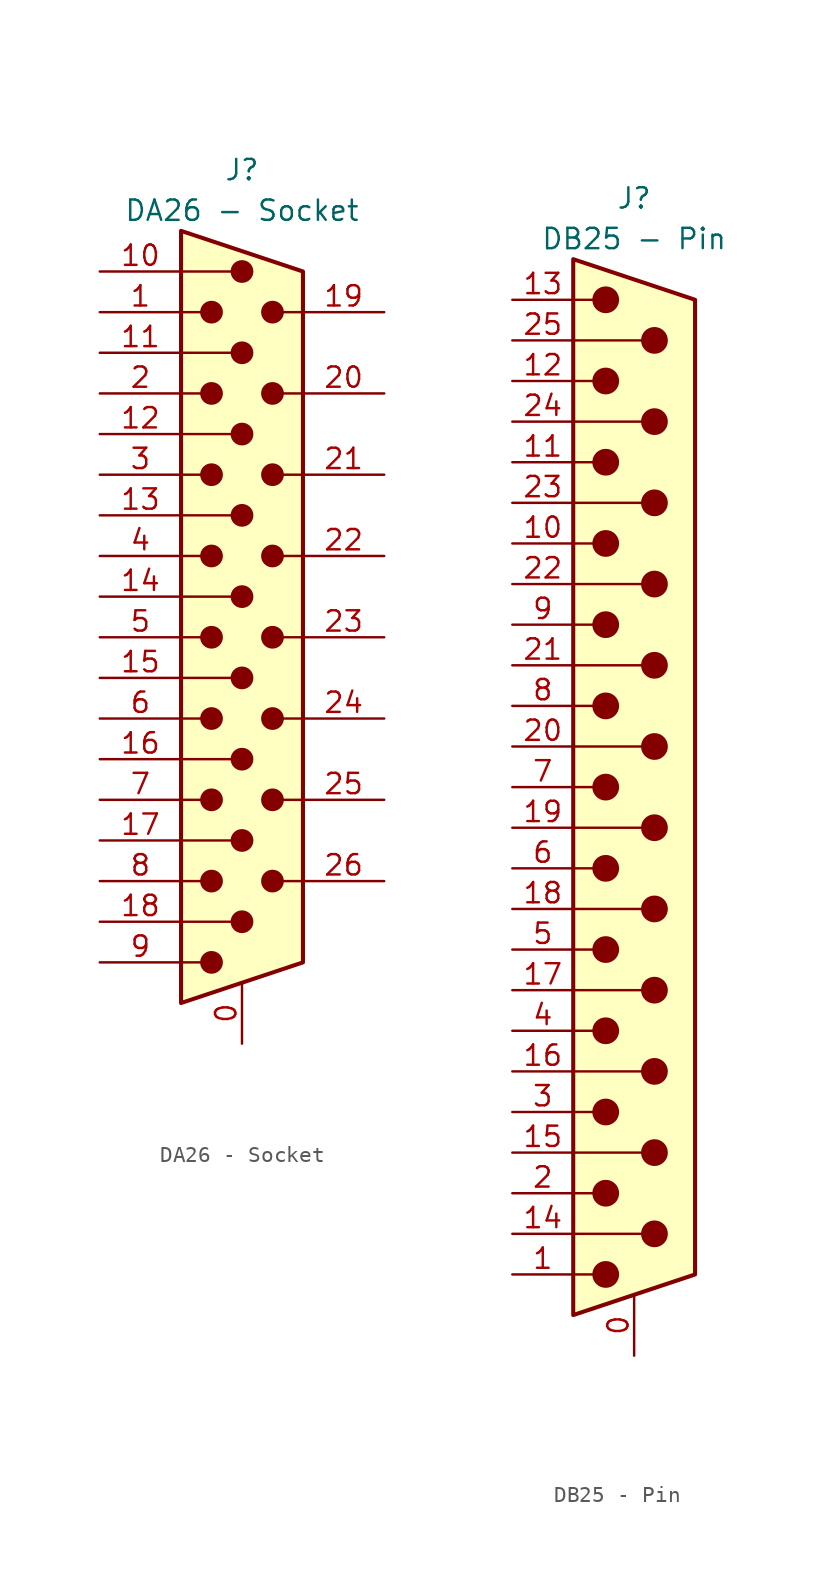
<source format=kicad_sym>
(kicad_symbol_lib
  (version 20211014)
  (generator kicad_symbol_editor)
  (symbol "DA26 - Socket"
    (pin_names
      (offset 1.016) hide)
    (property "Reference" "J"
      (at 0 26.67 0)
      (effects (font (size 1.27 1.27))))
    (property "Value" "DA26 - Socket"
      (at 0 24.13 0)
      (effects (font (size 1.27 1.27))))
    (symbol "DA26 - Socket_0_1"
      (circle (center -1.905 -22.86) (radius 0.635) (stroke (width 0) (type default) (color 0 0 0 0)) (fill (type outline)))
      (circle (center -1.905 -17.78) (radius 0.635) (stroke (width 0) (type default) (color 0 0 0 0)) (fill (type outline)))
      (circle (center -1.905 -12.7) (radius 0.635) (stroke (width 0) (type default) (color 0 0 0 0)) (fill (type outline)))
      (circle (center -1.905 -7.62) (radius 0.635) (stroke (width 0) (type default) (color 0 0 0 0)) (fill (type outline)))
      (circle (center -1.905 -2.54) (radius 0.635) (stroke (width 0) (type default) (color 0 0 0 0)) (fill (type outline)))
      (circle (center -1.905 2.54) (radius 0.635) (stroke (width 0) (type default) (color 0 0 0 0)) (fill (type outline)))
      (circle (center -1.905 7.62) (radius 0.635) (stroke (width 0) (type default) (color 0 0 0 0)) (fill (type outline)))
      (circle (center -1.905 12.7) (radius 0.635) (stroke (width 0) (type default) (color 0 0 0 0)) (fill (type outline)))
      (circle (center -1.905 17.78) (radius 0.635) (stroke (width 0) (type default) (color 0 0 0 0)) (fill (type outline)))
      (circle (center 0 -20.32) (radius 0.635) (stroke (width 0) (type default) (color 0 0 0 0)) (fill (type outline)))
      (circle (center 0 -15.24) (radius 0.635) (stroke (width 0) (type default) (color 0 0 0 0)) (fill (type outline)))
      (circle (center 0 -10.16) (radius 0.635) (stroke (width 0) (type default) (color 0 0 0 0)) (fill (type outline)))
      (circle (center 0 -5.08) (radius 0.635) (stroke (width 0) (type default) (color 0 0 0 0)) (fill (type outline)))
      (polyline (pts (xy -2.54 -22.86) (xy -3.81 -22.86)) (stroke (width 0) (type default) (color 0 0 0 0)) (fill (type none)))
      (polyline (pts (xy -2.54 -17.78) (xy -3.81 -17.78)) (stroke (width 0) (type default) (color 0 0 0 0)) (fill (type none)))
      (polyline (pts (xy -2.54 -12.7) (xy -3.81 -12.7)) (stroke (width 0) (type default) (color 0 0 0 0)) (fill (type none)))
      (polyline (pts (xy -2.54 -7.62) (xy -3.81 -7.62)) (stroke (width 0) (type default) (color 0 0 0 0)) (fill (type none)))
      (polyline (pts (xy -2.54 -2.54) (xy -3.81 -2.54)) (stroke (width 0) (type default) (color 0 0 0 0)) (fill (type none)))
      (polyline (pts (xy -2.54 2.54) (xy -3.81 2.54)) (stroke (width 0) (type default) (color 0 0 0 0)) (fill (type none)))
      (polyline (pts (xy -2.54 7.62) (xy -3.81 7.62)) (stroke (width 0) (type default) (color 0 0 0 0)) (fill (type none)))
      (polyline (pts (xy -2.54 12.7) (xy -3.81 12.7)) (stroke (width 0) (type default) (color 0 0 0 0)) (fill (type none)))
      (polyline (pts (xy -2.54 17.78) (xy -3.81 17.78)) (stroke (width 0) (type default) (color 0 0 0 0)) (fill (type none)))
      (polyline (pts (xy 0 -20.32) (xy -3.81 -20.32)) (stroke (width 0) (type default) (color 0 0 0 0)) (fill (type none)))
      (polyline (pts (xy 0 -15.24) (xy -3.81 -15.24)) (stroke (width 0) (type default) (color 0 0 0 0)) (fill (type none)))
      (polyline (pts (xy 0 -10.16) (xy -3.81 -10.16)) (stroke (width 0) (type default) (color 0 0 0 0)) (fill (type none)))
      (polyline (pts (xy 0 -5.08) (xy -3.81 -5.08)) (stroke (width 0) (type default) (color 0 0 0 0)) (fill (type none)))
      (polyline (pts (xy 0 0) (xy -3.81 0)) (stroke (width 0) (type default) (color 0 0 0 0)) (fill (type none)))
      (polyline (pts (xy 0 5.08) (xy -3.81 5.08)) (stroke (width 0) (type default) (color 0 0 0 0)) (fill (type none)))
      (polyline (pts (xy 0 10.16) (xy -3.81 10.16)) (stroke (width 0) (type default) (color 0 0 0 0)) (fill (type none)))
      (polyline (pts (xy 0 15.24) (xy -3.81 15.24)) (stroke (width 0) (type default) (color 0 0 0 0)) (fill (type none)))
      (polyline (pts (xy 0 20.32) (xy -3.81 20.32)) (stroke (width 0) (type default) (color 0 0 0 0)) (fill (type none)))
      (polyline (pts (xy 3.81 -17.78) (xy 2.54 -17.78)) (stroke (width 0) (type default) (color 0 0 0 0)) (fill (type none)))
      (polyline (pts (xy 3.81 -12.7) (xy 2.54 -12.7)) (stroke (width 0) (type default) (color 0 0 0 0)) (fill (type none)))
      (polyline (pts (xy 3.81 -7.62) (xy 2.54 -7.62)) (stroke (width 0) (type default) (color 0 0 0 0)) (fill (type none)))
      (polyline (pts (xy 3.81 -2.54) (xy 2.54 -2.54)) (stroke (width 0) (type default) (color 0 0 0 0)) (fill (type none)))
      (polyline (pts (xy 3.81 2.54) (xy 2.54 2.54)) (stroke (width 0) (type default) (color 0 0 0 0)) (fill (type none)))
      (polyline (pts (xy 3.81 7.62) (xy 2.54 7.62)) (stroke (width 0) (type default) (color 0 0 0 0)) (fill (type none)))
      (polyline (pts (xy 3.81 12.7) (xy 2.54 12.7)) (stroke (width 0) (type default) (color 0 0 0 0)) (fill (type none)))
      (polyline (pts (xy 3.81 17.78) (xy 2.54 17.78)) (stroke (width 0) (type default) (color 0 0 0 0)) (fill (type none)))
      (polyline (pts (xy -3.81 22.86) (xy -3.81 -25.4) (xy 3.81 -22.86) (xy 3.81 20.32) (xy -3.81 22.86)) (stroke (width 0.254) (type default) (color 0 0 0 0)) (fill (type background)))
      (circle (center 0 0) (radius 0.635) (stroke (width 0) (type default) (color 0 0 0 0)) (fill (type outline)))
      (circle (center 0 5.08) (radius 0.635) (stroke (width 0) (type default) (color 0 0 0 0)) (fill (type outline)))
      (circle (center 0 10.16) (radius 0.635) (stroke (width 0) (type default) (color 0 0 0 0)) (fill (type outline)))
      (circle (center 0 15.24) (radius 0.635) (stroke (width 0) (type default) (color 0 0 0 0)) (fill (type outline)))
      (circle (center 0 20.32) (radius 0.635) (stroke (width 0) (type default) (color 0 0 0 0)) (fill (type outline)))
      (circle (center 1.905 -17.78) (radius 0.635) (stroke (width 0) (type default) (color 0 0 0 0)) (fill (type outline)))
      (circle (center 1.905 -12.7) (radius 0.635) (stroke (width 0) (type default) (color 0 0 0 0)) (fill (type outline)))
      (circle (center 1.905 -7.62) (radius 0.635) (stroke (width 0) (type default) (color 0 0 0 0)) (fill (type outline)))
      (circle (center 1.905 -2.54) (radius 0.635) (stroke (width 0) (type default) (color 0 0 0 0)) (fill (type outline)))
      (circle (center 1.905 2.54) (radius 0.635) (stroke (width 0) (type default) (color 0 0 0 0)) (fill (type outline)))
      (circle (center 1.905 7.62) (radius 0.635) (stroke (width 0) (type default) (color 0 0 0 0)) (fill (type outline)))
      (circle (center 1.905 12.7) (radius 0.635) (stroke (width 0) (type default) (color 0 0 0 0)) (fill (type outline)))
      (circle (center 1.905 17.78) (radius 0.635) (stroke (width 0) (type default) (color 0 0 0 0)) (fill (type outline))))
    (symbol "DA26 - Socket_1_1"
      (pin passive line (at 0 -27.94 90) (length 3.81) (name "0" (effects (font (size 1.27 1.27)))) (number "0" (effects (font (size 1.27 1.27)))))
      (pin passive line (at -8.89 17.78 0) (length 5.08) (name "1" (effects (font (size 1.27 1.27)))) (number "1" (effects (font (size 1.27 1.27)))))
      (pin passive line (at -8.89 20.32 0) (length 5.08) (name "10" (effects (font (size 1.27 1.27)))) (number "10" (effects (font (size 1.27 1.27)))))
      (pin passive line (at -8.89 15.24 0) (length 5.08) (name "11" (effects (font (size 1.27 1.27)))) (number "11" (effects (font (size 1.27 1.27)))))
      (pin passive line (at -8.89 10.16 0) (length 5.08) (name "12" (effects (font (size 1.27 1.27)))) (number "12" (effects (font (size 1.27 1.27)))))
      (pin passive line (at -8.89 5.08 0) (length 5.08) (name "13" (effects (font (size 1.27 1.27)))) (number "13" (effects (font (size 1.27 1.27)))))
      (pin passive line (at -8.89 0 0) (length 5.08) (name "14" (effects (font (size 1.27 1.27)))) (number "14" (effects (font (size 1.27 1.27)))))
      (pin passive line (at -8.89 -5.08 0) (length 5.08) (name "15" (effects (font (size 1.27 1.27)))) (number "15" (effects (font (size 1.27 1.27)))))
      (pin passive line (at -8.89 -10.16 0) (length 5.08) (name "16" (effects (font (size 1.27 1.27)))) (number "16" (effects (font (size 1.27 1.27)))))
      (pin passive line (at -8.89 -15.24 0) (length 5.08) (name "17" (effects (font (size 1.27 1.27)))) (number "17" (effects (font (size 1.27 1.27)))))
      (pin passive line (at -8.89 -20.32 0) (length 5.08) (name "18" (effects (font (size 1.27 1.27)))) (number "18" (effects (font (size 1.27 1.27)))))
      (pin passive line (at 8.89 17.78 180) (length 5.08) (name "19" (effects (font (size 1.27 1.27)))) (number "19" (effects (font (size 1.27 1.27)))))
      (pin passive line (at -8.89 12.7 0) (length 5.08) (name "2" (effects (font (size 1.27 1.27)))) (number "2" (effects (font (size 1.27 1.27)))))
      (pin passive line (at 8.89 12.7 180) (length 5.08) (name "20" (effects (font (size 1.27 1.27)))) (number "20" (effects (font (size 1.27 1.27)))))
      (pin passive line (at 8.89 7.62 180) (length 5.08) (name "21" (effects (font (size 1.27 1.27)))) (number "21" (effects (font (size 1.27 1.27)))))
      (pin passive line (at 8.89 2.54 180) (length 5.08) (name "22" (effects (font (size 1.27 1.27)))) (number "22" (effects (font (size 1.27 1.27)))))
      (pin passive line (at 8.89 -2.54 180) (length 5.08) (name "23" (effects (font (size 1.27 1.27)))) (number "23" (effects (font (size 1.27 1.27)))))
      (pin passive line (at 8.89 -7.62 180) (length 5.08) (name "24" (effects (font (size 1.27 1.27)))) (number "24" (effects (font (size 1.27 1.27)))))
      (pin passive line (at 8.89 -12.7 180) (length 5.08) (name "25" (effects (font (size 1.27 1.27)))) (number "25" (effects (font (size 1.27 1.27)))))
      (pin passive line (at 8.89 -17.78 180) (length 5.08) (name "26" (effects (font (size 1.27 1.27)))) (number "26" (effects (font (size 1.27 1.27)))))
      (pin passive line (at -8.89 7.62 0) (length 5.08) (name "3" (effects (font (size 1.27 1.27)))) (number "3" (effects (font (size 1.27 1.27)))))
      (pin passive line (at -8.89 2.54 0) (length 5.08) (name "4" (effects (font (size 1.27 1.27)))) (number "4" (effects (font (size 1.27 1.27)))))
      (pin passive line (at -8.89 -2.54 0) (length 5.08) (name "5" (effects (font (size 1.27 1.27)))) (number "5" (effects (font (size 1.27 1.27)))))
      (pin passive line (at -8.89 -7.62 0) (length 5.08) (name "6" (effects (font (size 1.27 1.27)))) (number "6" (effects (font (size 1.27 1.27)))))
      (pin passive line (at -8.89 -12.7 0) (length 5.08) (name "7" (effects (font (size 1.27 1.27)))) (number "7" (effects (font (size 1.27 1.27)))))
      (pin passive line (at -8.89 -17.78 0) (length 5.08) (name "8" (effects (font (size 1.27 1.27)))) (number "8" (effects (font (size 1.27 1.27)))))
      (pin passive line (at -8.89 -22.86 0) (length 5.08) (name "9" (effects (font (size 1.27 1.27)))) (number "9" (effects (font (size 1.27 1.27)))))))
  (symbol "DB25 - Pin"
    (pin_names
      (offset 1.016) hide)
    (property "Reference" "J"
      (at 0 34.29 0)
      (effects (font (size 1.27 1.27))))
    (property "Value" "DB25 - Pin"
      (at 0 31.75 0)
      (effects (font (size 1.27 1.27))))
    (symbol "DB25 - Pin_0_1"
      (circle (center -1.778 -33.02) (radius 0.762) (stroke (width 0) (type default) (color 0 0 0 0)) (fill (type outline)))
      (circle (center -1.778 -27.94) (radius 0.762) (stroke (width 0) (type default) (color 0 0 0 0)) (fill (type outline)))
      (circle (center -1.778 -22.86) (radius 0.762) (stroke (width 0) (type default) (color 0 0 0 0)) (fill (type outline)))
      (circle (center -1.778 -17.78) (radius 0.762) (stroke (width 0) (type default) (color 0 0 0 0)) (fill (type outline)))
      (circle (center -1.778 -12.7) (radius 0.762) (stroke (width 0) (type default) (color 0 0 0 0)) (fill (type outline)))
      (circle (center -1.778 -7.62) (radius 0.762) (stroke (width 0) (type default) (color 0 0 0 0)) (fill (type outline)))
      (circle (center -1.778 -2.54) (radius 0.762) (stroke (width 0) (type default) (color 0 0 0 0)) (fill (type outline)))
      (circle (center -1.778 2.54) (radius 0.762) (stroke (width 0) (type default) (color 0 0 0 0)) (fill (type outline)))
      (circle (center -1.778 7.62) (radius 0.762) (stroke (width 0) (type default) (color 0 0 0 0)) (fill (type outline)))
      (circle (center -1.778 12.7) (radius 0.762) (stroke (width 0) (type default) (color 0 0 0 0)) (fill (type outline)))
      (circle (center -1.778 17.78) (radius 0.762) (stroke (width 0) (type default) (color 0 0 0 0)) (fill (type outline)))
      (circle (center -1.778 22.86) (radius 0.762) (stroke (width 0) (type default) (color 0 0 0 0)) (fill (type outline)))
      (circle (center -1.778 27.94) (radius 0.762) (stroke (width 0) (type default) (color 0 0 0 0)) (fill (type outline)))
      (polyline (pts (xy -3.81 -33.02) (xy -1.27 -33.02)) (stroke (width 0) (type default) (color 0 0 0 0)) (fill (type none)))
      (polyline (pts (xy -3.81 -30.48) (xy 1.27 -30.48)) (stroke (width 0) (type default) (color 0 0 0 0)) (fill (type none)))
      (polyline (pts (xy -3.81 -27.94) (xy -1.27 -27.94)) (stroke (width 0) (type default) (color 0 0 0 0)) (fill (type none)))
      (polyline (pts (xy -3.81 -25.4) (xy 1.27 -25.4)) (stroke (width 0) (type default) (color 0 0 0 0)) (fill (type none)))
      (polyline (pts (xy -3.81 -22.86) (xy -1.27 -22.86)) (stroke (width 0) (type default) (color 0 0 0 0)) (fill (type none)))
      (polyline (pts (xy -3.81 -20.32) (xy 1.27 -20.32)) (stroke (width 0) (type default) (color 0 0 0 0)) (fill (type none)))
      (polyline (pts (xy -3.81 -17.78) (xy -1.27 -17.78)) (stroke (width 0) (type default) (color 0 0 0 0)) (fill (type none)))
      (polyline (pts (xy -3.81 -15.24) (xy 1.27 -15.24)) (stroke (width 0) (type default) (color 0 0 0 0)) (fill (type none)))
      (polyline (pts (xy -3.81 -12.7) (xy -1.27 -12.7)) (stroke (width 0) (type default) (color 0 0 0 0)) (fill (type none)))
      (polyline (pts (xy -3.81 -10.16) (xy 1.27 -10.16)) (stroke (width 0) (type default) (color 0 0 0 0)) (fill (type none)))
      (polyline (pts (xy -3.81 -7.62) (xy -1.27 -7.62)) (stroke (width 0) (type default) (color 0 0 0 0)) (fill (type none)))
      (polyline (pts (xy -3.81 -5.08) (xy 1.27 -5.08)) (stroke (width 0) (type default) (color 0 0 0 0)) (fill (type none)))
      (polyline (pts (xy -3.81 -2.54) (xy -1.27 -2.54)) (stroke (width 0) (type default) (color 0 0 0 0)) (fill (type none)))
      (polyline (pts (xy -3.81 0) (xy 1.27 0)) (stroke (width 0) (type default) (color 0 0 0 0)) (fill (type none)))
      (polyline (pts (xy -3.81 2.54) (xy -1.27 2.54)) (stroke (width 0) (type default) (color 0 0 0 0)) (fill (type none)))
      (polyline (pts (xy -3.81 5.08) (xy 1.27 5.08)) (stroke (width 0) (type default) (color 0 0 0 0)) (fill (type none)))
      (polyline (pts (xy -3.81 7.62) (xy -1.27 7.62)) (stroke (width 0) (type default) (color 0 0 0 0)) (fill (type none)))
      (polyline (pts (xy -3.81 10.16) (xy 1.27 10.16)) (stroke (width 0) (type default) (color 0 0 0 0)) (fill (type none)))
      (polyline (pts (xy -3.81 12.7) (xy -1.27 12.7)) (stroke (width 0) (type default) (color 0 0 0 0)) (fill (type none)))
      (polyline (pts (xy -3.81 15.24) (xy 1.27 15.24)) (stroke (width 0) (type default) (color 0 0 0 0)) (fill (type none)))
      (polyline (pts (xy -3.81 17.78) (xy -1.27 17.78)) (stroke (width 0) (type default) (color 0 0 0 0)) (fill (type none)))
      (polyline (pts (xy -3.81 20.32) (xy 1.27 20.32)) (stroke (width 0) (type default) (color 0 0 0 0)) (fill (type none)))
      (polyline (pts (xy -3.81 22.86) (xy -1.27 22.86)) (stroke (width 0) (type default) (color 0 0 0 0)) (fill (type none)))
      (polyline (pts (xy -3.81 25.4) (xy 1.27 25.4)) (stroke (width 0) (type default) (color 0 0 0 0)) (fill (type none)))
      (polyline (pts (xy -3.81 27.94) (xy -1.27 27.94)) (stroke (width 0) (type default) (color 0 0 0 0)) (fill (type none)))
      (polyline (pts (xy -3.81 30.48) (xy -3.81 -35.56) (xy 3.81 -33.02) (xy 3.81 27.94) (xy -3.81 30.48)) (stroke (width 0.254) (type default) (color 0 0 0 0)) (fill (type background)))
      (circle (center 1.27 -30.48) (radius 0.762) (stroke (width 0) (type default) (color 0 0 0 0)) (fill (type outline)))
      (circle (center 1.27 -25.4) (radius 0.762) (stroke (width 0) (type default) (color 0 0 0 0)) (fill (type outline)))
      (circle (center 1.27 -20.32) (radius 0.762) (stroke (width 0) (type default) (color 0 0 0 0)) (fill (type outline)))
      (circle (center 1.27 -15.24) (radius 0.762) (stroke (width 0) (type default) (color 0 0 0 0)) (fill (type outline)))
      (circle (center 1.27 -10.16) (radius 0.762) (stroke (width 0) (type default) (color 0 0 0 0)) (fill (type outline)))
      (circle (center 1.27 -5.08) (radius 0.762) (stroke (width 0) (type default) (color 0 0 0 0)) (fill (type outline)))
      (circle (center 1.27 0) (radius 0.762) (stroke (width 0) (type default) (color 0 0 0 0)) (fill (type outline)))
      (circle (center 1.27 5.08) (radius 0.762) (stroke (width 0) (type default) (color 0 0 0 0)) (fill (type outline)))
      (circle (center 1.27 10.16) (radius 0.762) (stroke (width 0) (type default) (color 0 0 0 0)) (fill (type outline)))
      (circle (center 1.27 15.24) (radius 0.762) (stroke (width 0) (type default) (color 0 0 0 0)) (fill (type outline)))
      (circle (center 1.27 20.32) (radius 0.762) (stroke (width 0) (type default) (color 0 0 0 0)) (fill (type outline)))
      (circle (center 1.27 25.4) (radius 0.762) (stroke (width 0) (type default) (color 0 0 0 0)) (fill (type outline))))
    (symbol "DB25 - Pin_1_1"
      (pin passive line (at 0 -38.1 90) (length 3.81) (name "0" (effects (font (size 1.27 1.27)))) (number "0" (effects (font (size 1.27 1.27)))))
      (pin passive line (at -7.62 -33.02 0) (length 3.81) (name "1" (effects (font (size 1.27 1.27)))) (number "1" (effects (font (size 1.27 1.27)))))
      (pin passive line (at -7.62 12.7 0) (length 3.81) (name "10" (effects (font (size 1.27 1.27)))) (number "10" (effects (font (size 1.27 1.27)))))
      (pin passive line (at -7.62 17.78 0) (length 3.81) (name "11" (effects (font (size 1.27 1.27)))) (number "11" (effects (font (size 1.27 1.27)))))
      (pin passive line (at -7.62 22.86 0) (length 3.81) (name "12" (effects (font (size 1.27 1.27)))) (number "12" (effects (font (size 1.27 1.27)))))
      (pin passive line (at -7.62 27.94 0) (length 3.81) (name "13" (effects (font (size 1.27 1.27)))) (number "13" (effects (font (size 1.27 1.27)))))
      (pin passive line (at -7.62 -30.48 0) (length 3.81) (name "14" (effects (font (size 1.27 1.27)))) (number "14" (effects (font (size 1.27 1.27)))))
      (pin passive line (at -7.62 -25.4 0) (length 3.81) (name "15" (effects (font (size 1.27 1.27)))) (number "15" (effects (font (size 1.27 1.27)))))
      (pin passive line (at -7.62 -20.32 0) (length 3.81) (name "16" (effects (font (size 1.27 1.27)))) (number "16" (effects (font (size 1.27 1.27)))))
      (pin passive line (at -7.62 -15.24 0) (length 3.81) (name "17" (effects (font (size 1.27 1.27)))) (number "17" (effects (font (size 1.27 1.27)))))
      (pin passive line (at -7.62 -10.16 0) (length 3.81) (name "18" (effects (font (size 1.27 1.27)))) (number "18" (effects (font (size 1.27 1.27)))))
      (pin passive line (at -7.62 -5.08 0) (length 3.81) (name "19" (effects (font (size 1.27 1.27)))) (number "19" (effects (font (size 1.27 1.27)))))
      (pin passive line (at -7.62 -27.94 0) (length 3.81) (name "2" (effects (font (size 1.27 1.27)))) (number "2" (effects (font (size 1.27 1.27)))))
      (pin passive line (at -7.62 0 0) (length 3.81) (name "20" (effects (font (size 1.27 1.27)))) (number "20" (effects (font (size 1.27 1.27)))))
      (pin passive line (at -7.62 5.08 0) (length 3.81) (name "21" (effects (font (size 1.27 1.27)))) (number "21" (effects (font (size 1.27 1.27)))))
      (pin passive line (at -7.62 10.16 0) (length 3.81) (name "22" (effects (font (size 1.27 1.27)))) (number "22" (effects (font (size 1.27 1.27)))))
      (pin passive line (at -7.62 15.24 0) (length 3.81) (name "23" (effects (font (size 1.27 1.27)))) (number "23" (effects (font (size 1.27 1.27)))))
      (pin passive line (at -7.62 20.32 0) (length 3.81) (name "24" (effects (font (size 1.27 1.27)))) (number "24" (effects (font (size 1.27 1.27)))))
      (pin passive line (at -7.62 25.4 0) (length 3.81) (name "25" (effects (font (size 1.27 1.27)))) (number "25" (effects (font (size 1.27 1.27)))))
      (pin passive line (at -7.62 -22.86 0) (length 3.81) (name "3" (effects (font (size 1.27 1.27)))) (number "3" (effects (font (size 1.27 1.27)))))
      (pin passive line (at -7.62 -17.78 0) (length 3.81) (name "4" (effects (font (size 1.27 1.27)))) (number "4" (effects (font (size 1.27 1.27)))))
      (pin passive line (at -7.62 -12.7 0) (length 3.81) (name "5" (effects (font (size 1.27 1.27)))) (number "5" (effects (font (size 1.27 1.27)))))
      (pin passive line (at -7.62 -7.62 0) (length 3.81) (name "6" (effects (font (size 1.27 1.27)))) (number "6" (effects (font (size 1.27 1.27)))))
      (pin passive line (at -7.62 -2.54 0) (length 3.81) (name "7" (effects (font (size 1.27 1.27)))) (number "7" (effects (font (size 1.27 1.27)))))
      (pin passive line (at -7.62 2.54 0) (length 3.81) (name "8" (effects (font (size 1.27 1.27)))) (number "8" (effects (font (size 1.27 1.27)))))
      (pin passive line (at -7.62 7.62 0) (length 3.81) (name "9" (effects (font (size 1.27 1.27)))) (number "9" (effects (font (size 1.27 1.27))))))))
</source>
